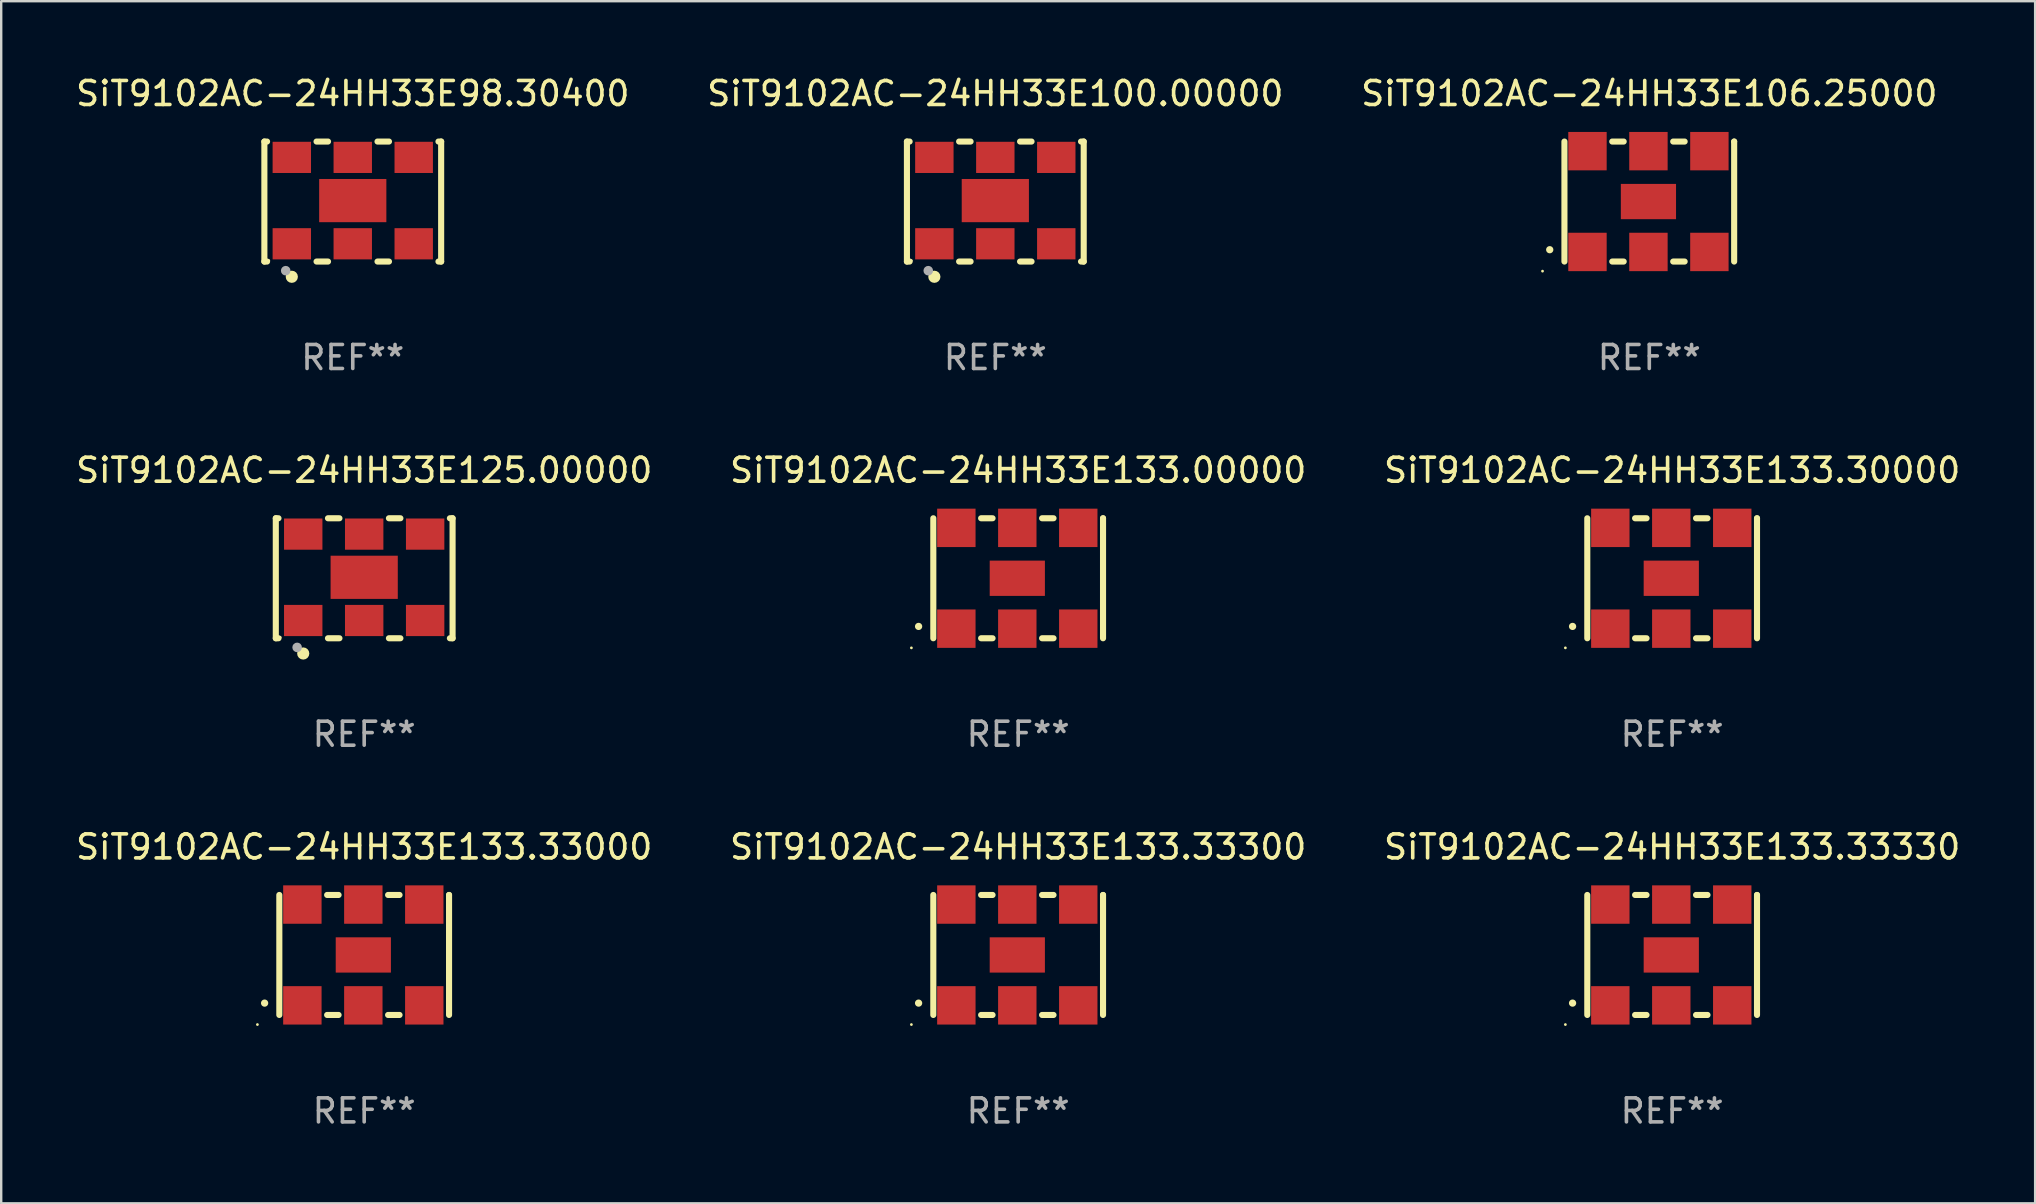
<source format=kicad_pcb>
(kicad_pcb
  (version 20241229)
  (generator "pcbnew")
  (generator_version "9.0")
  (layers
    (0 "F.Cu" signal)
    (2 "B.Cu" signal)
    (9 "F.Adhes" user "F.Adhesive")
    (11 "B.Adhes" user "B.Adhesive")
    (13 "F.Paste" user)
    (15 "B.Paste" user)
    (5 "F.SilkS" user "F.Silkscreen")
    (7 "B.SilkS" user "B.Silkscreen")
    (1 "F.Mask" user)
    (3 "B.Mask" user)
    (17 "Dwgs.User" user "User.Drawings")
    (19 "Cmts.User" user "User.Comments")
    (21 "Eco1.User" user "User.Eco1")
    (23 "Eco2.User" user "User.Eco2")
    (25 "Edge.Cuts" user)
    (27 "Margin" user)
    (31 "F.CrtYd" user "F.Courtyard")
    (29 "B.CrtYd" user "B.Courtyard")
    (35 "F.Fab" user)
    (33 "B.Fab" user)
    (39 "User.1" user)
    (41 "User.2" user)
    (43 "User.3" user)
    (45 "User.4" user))
  (footprint "SiT9102AC-24HH33E133.00000"
    (layer "F.Cu")
    (at 39.375 21.045)
    (property "Reference" "SiT9102AC-24HH33E133.00000" (at 0 -4.5 0) (layer "F.SilkS") (effects (font (size 1 1) (thickness 0.15))))
    (attr through_hole)
    (fp_line (start -3.536 -2.5) (end -3.536 2.5) (stroke (width 0.254) (type solid)) (layer "F.SilkS"))
    (fp_line (start -1.544 2.5) (end -1.067 2.5) (stroke (width 0.254) (type solid)) (layer "F.SilkS"))
    (fp_line (start -1.067 -2.5) (end -1.544 -2.5) (stroke (width 0.254) (type solid)) (layer "F.SilkS"))
    (fp_line (start 0.996 2.5) (end 1.473 2.5) (stroke (width 0.254) (type solid)) (layer "F.SilkS"))
    (fp_line (start 1.473 -2.5) (end 0.996 -2.5) (stroke (width 0.254) (type solid)) (layer "F.SilkS"))
    (fp_line (start 3.536 -2.5) (end 3.536 -2.5) (stroke (width 0.254) (type solid)) (layer "F.SilkS"))
    (fp_line (start 3.536 2.5) (end 3.536 -2.5) (stroke (width 0.254) (type solid)) (layer "F.SilkS"))
    (fp_arc (start -4.150432 2.006604) (mid -4.149162 2.006599) (end -4.147892 2.006604) (stroke (width 0.3) (type solid)) (layer "F.SilkS"))
    (fp_circle (center -4.449 2.9) (end -4.419 2.9) (stroke (width 0.06) (type solid)) (fill no) (layer "F.SilkS"))
    (fp_text user "REF**" (at 0 6.5 0) (layer "F.Fab") (effects (font (size 1 1) (thickness 0.15))))
    (pad "1" smd rect (at -2.576 2.1) (size 1.6 1.6) (layers "F.Cu" "F.Mask" "F.Paste"))
    (pad "2" smd rect (at -0.036 2.1) (size 1.6 1.6) (layers "F.Cu" "F.Mask" "F.Paste"))
    (pad "3" smd rect (at 2.504 2.1) (size 1.6 1.6) (layers "F.Cu" "F.Mask" "F.Paste"))
    (pad "4" smd rect (at 2.504 -2.1) (size 1.6 1.6) (layers "F.Cu" "F.Mask" "F.Paste"))
    (pad "5" smd rect (at -0.036 -2.1) (size 1.6 1.6) (layers "F.Cu" "F.Mask" "F.Paste"))
    (pad "6" smd rect (at -2.576 -2.1) (size 1.6 1.6) (layers "F.Cu" "F.Mask" "F.Paste"))
    (pad "7" smd rect (at -0.036 0) (size 2.3 1.47) (layers "F.Cu" "F.Mask" "F.Paste")))
  (footprint "SiT9102AC-24HH33E133.33300"
    (layer "F.Cu")
    (at 39.375 36.741)
    (property "Reference" "SiT9102AC-24HH33E133.33300" (at 0 -4.5 0) (layer "F.SilkS") (effects (font (size 1 1) (thickness 0.15))))
    (attr through_hole)
    (fp_line (start -3.536 -2.5) (end -3.536 2.5) (stroke (width 0.254) (type solid)) (layer "F.SilkS"))
    (fp_line (start -1.544 2.5) (end -1.067 2.5) (stroke (width 0.254) (type solid)) (layer "F.SilkS"))
    (fp_line (start -1.067 -2.5) (end -1.544 -2.5) (stroke (width 0.254) (type solid)) (layer "F.SilkS"))
    (fp_line (start 0.996 2.5) (end 1.473 2.5) (stroke (width 0.254) (type solid)) (layer "F.SilkS"))
    (fp_line (start 1.473 -2.5) (end 0.996 -2.5) (stroke (width 0.254) (type solid)) (layer "F.SilkS"))
    (fp_line (start 3.536 -2.5) (end 3.536 -2.5) (stroke (width 0.254) (type solid)) (layer "F.SilkS"))
    (fp_line (start 3.536 2.5) (end 3.536 -2.5) (stroke (width 0.254) (type solid)) (layer "F.SilkS"))
    (fp_arc (start -4.150432 2.006604) (mid -4.149162 2.006599) (end -4.147892 2.006604) (stroke (width 0.3) (type solid)) (layer "F.SilkS"))
    (fp_circle (center -4.449 2.9) (end -4.419 2.9) (stroke (width 0.06) (type solid)) (fill no) (layer "F.SilkS"))
    (fp_text user "REF**" (at 0 6.5 0) (layer "F.Fab") (effects (font (size 1 1) (thickness 0.15))))
    (pad "1" smd rect (at -2.576 2.1) (size 1.6 1.6) (layers "F.Cu" "F.Mask" "F.Paste"))
    (pad "2" smd rect (at -0.036 2.1) (size 1.6 1.6) (layers "F.Cu" "F.Mask" "F.Paste"))
    (pad "3" smd rect (at 2.504 2.1) (size 1.6 1.6) (layers "F.Cu" "F.Mask" "F.Paste"))
    (pad "4" smd rect (at 2.504 -2.1) (size 1.6 1.6) (layers "F.Cu" "F.Mask" "F.Paste"))
    (pad "5" smd rect (at -0.036 -2.1) (size 1.6 1.6) (layers "F.Cu" "F.Mask" "F.Paste"))
    (pad "6" smd rect (at -2.576 -2.1) (size 1.6 1.6) (layers "F.Cu" "F.Mask" "F.Paste"))
    (pad "7" smd rect (at -0.036 0) (size 2.3 1.47) (layers "F.Cu" "F.Mask" "F.Paste")))
  (footprint "SiT9102AC-24HH33E100.00000"
    (layer "F.Cu")
    (at 38.423 5.348)
    (property "Reference" "SiT9102AC-24HH33E100.00000" (at 0 -4.5 0) (layer "F.SilkS") (effects (font (size 1 1) (thickness 0.15))))
    (attr through_hole)
    (fp_line (start -3.683 -2.5) (end -3.571 -2.5) (stroke (width 0.254) (type solid)) (layer "F.SilkS"))
    (fp_line (start -3.683 2.5) (end -3.683 -2.5) (stroke (width 0.254) (type solid)) (layer "F.SilkS"))
    (fp_line (start -3.683 2.5) (end -3.571 2.5) (stroke (width 0.254) (type solid)) (layer "F.SilkS"))
    (fp_line (start -1.509 -2.5) (end -1.031 -2.5) (stroke (width 0.254) (type solid)) (layer "F.SilkS"))
    (fp_line (start -1.509 2.5) (end -1.031 2.5) (stroke (width 0.254) (type solid)) (layer "F.SilkS"))
    (fp_line (start 1.031 -2.5) (end 1.509 -2.5) (stroke (width 0.254) (type solid)) (layer "F.SilkS"))
    (fp_line (start 1.031 2.5) (end 1.509 2.5) (stroke (width 0.254) (type solid)) (layer "F.SilkS"))
    (fp_line (start 3.571 -2.5) (end 3.683 -2.5) (stroke (width 0.254) (type solid)) (layer "F.SilkS"))
    (fp_line (start 3.571 2.5) (end 3.683 2.5) (stroke (width 0.254) (type solid)) (layer "F.SilkS"))
    (fp_line (start 3.683 2.5) (end 3.683 -2.5) (stroke (width 0.254) (type solid)) (layer "F.SilkS"))
    (fp_circle (center -3.5 2.46) (end -3.47 2.46) (stroke (width 0.06) (type solid)) (fill no) (layer "F.SilkS"))
    (fp_circle (center -2.54 3.135) (end -2.413 3.135) (stroke (width 0.254) (type solid)) (fill no) (layer "F.SilkS"))
    (fp_circle (center -2.794 2.881) (end -2.694 2.881) (stroke (width 0.2) (type solid)) (fill no) (layer "F.Fab"))
    (fp_text user "REF**" (at 0 6.5 0) (layer "F.Fab") (effects (font (size 1 1) (thickness 0.15))))
    (pad "1" smd rect (at -2.54 1.76) (size 1.6 1.3) (layers "F.Cu" "F.Mask" "F.Paste"))
    (pad "2" smd rect (at 0 1.76) (size 1.6 1.3) (layers "F.Cu" "F.Mask" "F.Paste"))
    (pad "3" smd rect (at 2.54 1.76) (size 1.6 1.3) (layers "F.Cu" "F.Mask" "F.Paste"))
    (pad "4" smd rect (at 2.54 -1.84) (size 1.6 1.3) (layers "F.Cu" "F.Mask" "F.Paste"))
    (pad "5" smd rect (at 0 -1.84) (size 1.6 1.3) (layers "F.Cu" "F.Mask" "F.Paste"))
    (pad "6" smd rect (at -2.54 -1.84) (size 1.6 1.3) (layers "F.Cu" "F.Mask" "F.Paste"))
    (pad "7" smd rect (at 0 -0.04) (size 2.8 1.8) (layers "F.Cu" "F.Mask" "F.Paste")))
  (footprint "SiT9102AC-24HH33E98.30400"
    (layer "F.Cu")
    (at 11.649 5.348)
    (property "Reference" "SiT9102AC-24HH33E98.30400" (at 0 -4.5 0) (layer "F.SilkS") (effects (font (size 1 1) (thickness 0.15))))
    (attr through_hole)
    (fp_line (start -3.683 -2.5) (end -3.571 -2.5) (stroke (width 0.254) (type solid)) (layer "F.SilkS"))
    (fp_line (start -3.683 2.5) (end -3.683 -2.5) (stroke (width 0.254) (type solid)) (layer "F.SilkS"))
    (fp_line (start -3.683 2.5) (end -3.571 2.5) (stroke (width 0.254) (type solid)) (layer "F.SilkS"))
    (fp_line (start -1.509 -2.5) (end -1.031 -2.5) (stroke (width 0.254) (type solid)) (layer "F.SilkS"))
    (fp_line (start -1.509 2.5) (end -1.031 2.5) (stroke (width 0.254) (type solid)) (layer "F.SilkS"))
    (fp_line (start 1.031 -2.5) (end 1.509 -2.5) (stroke (width 0.254) (type solid)) (layer "F.SilkS"))
    (fp_line (start 1.031 2.5) (end 1.509 2.5) (stroke (width 0.254) (type solid)) (layer "F.SilkS"))
    (fp_line (start 3.571 -2.5) (end 3.683 -2.5) (stroke (width 0.254) (type solid)) (layer "F.SilkS"))
    (fp_line (start 3.571 2.5) (end 3.683 2.5) (stroke (width 0.254) (type solid)) (layer "F.SilkS"))
    (fp_line (start 3.683 2.5) (end 3.683 -2.5) (stroke (width 0.254) (type solid)) (layer "F.SilkS"))
    (fp_circle (center -3.5 2.46) (end -3.47 2.46) (stroke (width 0.06) (type solid)) (fill no) (layer "F.SilkS"))
    (fp_circle (center -2.54 3.135) (end -2.413 3.135) (stroke (width 0.254) (type solid)) (fill no) (layer "F.SilkS"))
    (fp_circle (center -2.794 2.881) (end -2.694 2.881) (stroke (width 0.2) (type solid)) (fill no) (layer "F.Fab"))
    (fp_text user "REF**" (at 0 6.5 0) (layer "F.Fab") (effects (font (size 1 1) (thickness 0.15))))
    (pad "1" smd rect (at -2.54 1.76) (size 1.6 1.3) (layers "F.Cu" "F.Mask" "F.Paste"))
    (pad "2" smd rect (at 0 1.76) (size 1.6 1.3) (layers "F.Cu" "F.Mask" "F.Paste"))
    (pad "3" smd rect (at 2.54 1.76) (size 1.6 1.3) (layers "F.Cu" "F.Mask" "F.Paste"))
    (pad "4" smd rect (at 2.54 -1.84) (size 1.6 1.3) (layers "F.Cu" "F.Mask" "F.Paste"))
    (pad "5" smd rect (at 0 -1.84) (size 1.6 1.3) (layers "F.Cu" "F.Mask" "F.Paste"))
    (pad "6" smd rect (at -2.54 -1.84) (size 1.6 1.3) (layers "F.Cu" "F.Mask" "F.Paste"))
    (pad "7" smd rect (at 0 -0.04) (size 2.8 1.8) (layers "F.Cu" "F.Mask" "F.Paste")))
  (footprint "SiT9102AC-24HH33E133.33330"
    (layer "F.Cu")
    (at 66.625 36.741)
    (property "Reference" "SiT9102AC-24HH33E133.33330" (at 0 -4.5 0) (layer "F.SilkS") (effects (font (size 1 1) (thickness 0.15))))
    (attr through_hole)
    (fp_line (start -3.536 -2.5) (end -3.536 2.5) (stroke (width 0.254) (type solid)) (layer "F.SilkS"))
    (fp_line (start -1.544 2.5) (end -1.067 2.5) (stroke (width 0.254) (type solid)) (layer "F.SilkS"))
    (fp_line (start -1.067 -2.5) (end -1.544 -2.5) (stroke (width 0.254) (type solid)) (layer "F.SilkS"))
    (fp_line (start 0.996 2.5) (end 1.473 2.5) (stroke (width 0.254) (type solid)) (layer "F.SilkS"))
    (fp_line (start 1.473 -2.5) (end 0.996 -2.5) (stroke (width 0.254) (type solid)) (layer "F.SilkS"))
    (fp_line (start 3.536 -2.5) (end 3.536 -2.5) (stroke (width 0.254) (type solid)) (layer "F.SilkS"))
    (fp_line (start 3.536 2.5) (end 3.536 -2.5) (stroke (width 0.254) (type solid)) (layer "F.SilkS"))
    (fp_arc (start -4.150432 2.006604) (mid -4.149162 2.006599) (end -4.147892 2.006604) (stroke (width 0.3) (type solid)) (layer "F.SilkS"))
    (fp_circle (center -4.449 2.9) (end -4.419 2.9) (stroke (width 0.06) (type solid)) (fill no) (layer "F.SilkS"))
    (fp_text user "REF**" (at 0 6.5 0) (layer "F.Fab") (effects (font (size 1 1) (thickness 0.15))))
    (pad "1" smd rect (at -2.576 2.1) (size 1.6 1.6) (layers "F.Cu" "F.Mask" "F.Paste"))
    (pad "2" smd rect (at -0.036 2.1) (size 1.6 1.6) (layers "F.Cu" "F.Mask" "F.Paste"))
    (pad "3" smd rect (at 2.504 2.1) (size 1.6 1.6) (layers "F.Cu" "F.Mask" "F.Paste"))
    (pad "4" smd rect (at 2.504 -2.1) (size 1.6 1.6) (layers "F.Cu" "F.Mask" "F.Paste"))
    (pad "5" smd rect (at -0.036 -2.1) (size 1.6 1.6) (layers "F.Cu" "F.Mask" "F.Paste"))
    (pad "6" smd rect (at -2.576 -2.1) (size 1.6 1.6) (layers "F.Cu" "F.Mask" "F.Paste"))
    (pad "7" smd rect (at -0.036 0) (size 2.3 1.47) (layers "F.Cu" "F.Mask" "F.Paste")))
  (footprint "SiT9102AC-24HH33E133.30000"
    (layer "F.Cu")
    (at 66.625 21.045)
    (property "Reference" "SiT9102AC-24HH33E133.30000" (at 0 -4.5 0) (layer "F.SilkS") (effects (font (size 1 1) (thickness 0.15))))
    (attr through_hole)
    (fp_line (start -3.536 -2.5) (end -3.536 2.5) (stroke (width 0.254) (type solid)) (layer "F.SilkS"))
    (fp_line (start -1.544 2.5) (end -1.067 2.5) (stroke (width 0.254) (type solid)) (layer "F.SilkS"))
    (fp_line (start -1.067 -2.5) (end -1.544 -2.5) (stroke (width 0.254) (type solid)) (layer "F.SilkS"))
    (fp_line (start 0.996 2.5) (end 1.473 2.5) (stroke (width 0.254) (type solid)) (layer "F.SilkS"))
    (fp_line (start 1.473 -2.5) (end 0.996 -2.5) (stroke (width 0.254) (type solid)) (layer "F.SilkS"))
    (fp_line (start 3.536 -2.5) (end 3.536 -2.5) (stroke (width 0.254) (type solid)) (layer "F.SilkS"))
    (fp_line (start 3.536 2.5) (end 3.536 -2.5) (stroke (width 0.254) (type solid)) (layer "F.SilkS"))
    (fp_arc (start -4.150432 2.006604) (mid -4.149162 2.006599) (end -4.147892 2.006604) (stroke (width 0.3) (type solid)) (layer "F.SilkS"))
    (fp_circle (center -4.449 2.9) (end -4.419 2.9) (stroke (width 0.06) (type solid)) (fill no) (layer "F.SilkS"))
    (fp_text user "REF**" (at 0 6.5 0) (layer "F.Fab") (effects (font (size 1 1) (thickness 0.15))))
    (pad "1" smd rect (at -2.576 2.1) (size 1.6 1.6) (layers "F.Cu" "F.Mask" "F.Paste"))
    (pad "2" smd rect (at -0.036 2.1) (size 1.6 1.6) (layers "F.Cu" "F.Mask" "F.Paste"))
    (pad "3" smd rect (at 2.504 2.1) (size 1.6 1.6) (layers "F.Cu" "F.Mask" "F.Paste"))
    (pad "4" smd rect (at 2.504 -2.1) (size 1.6 1.6) (layers "F.Cu" "F.Mask" "F.Paste"))
    (pad "5" smd rect (at -0.036 -2.1) (size 1.6 1.6) (layers "F.Cu" "F.Mask" "F.Paste"))
    (pad "6" smd rect (at -2.576 -2.1) (size 1.6 1.6) (layers "F.Cu" "F.Mask" "F.Paste"))
    (pad "7" smd rect (at -0.036 0) (size 2.3 1.47) (layers "F.Cu" "F.Mask" "F.Paste")))
  (footprint "SiT9102AC-24HH33E133.33000"
    (layer "F.Cu")
    (at 12.125 36.741)
    (property "Reference" "SiT9102AC-24HH33E133.33000" (at 0 -4.5 0) (layer "F.SilkS") (effects (font (size 1 1) (thickness 0.15))))
    (attr through_hole)
    (fp_line (start -3.536 -2.5) (end -3.536 2.5) (stroke (width 0.254) (type solid)) (layer "F.SilkS"))
    (fp_line (start -1.544 2.5) (end -1.067 2.5) (stroke (width 0.254) (type solid)) (layer "F.SilkS"))
    (fp_line (start -1.067 -2.5) (end -1.544 -2.5) (stroke (width 0.254) (type solid)) (layer "F.SilkS"))
    (fp_line (start 0.996 2.5) (end 1.473 2.5) (stroke (width 0.254) (type solid)) (layer "F.SilkS"))
    (fp_line (start 1.473 -2.5) (end 0.996 -2.5) (stroke (width 0.254) (type solid)) (layer "F.SilkS"))
    (fp_line (start 3.536 -2.5) (end 3.536 -2.5) (stroke (width 0.254) (type solid)) (layer "F.SilkS"))
    (fp_line (start 3.536 2.5) (end 3.536 -2.5) (stroke (width 0.254) (type solid)) (layer "F.SilkS"))
    (fp_arc (start -4.150432 2.006604) (mid -4.149162 2.006599) (end -4.147892 2.006604) (stroke (width 0.3) (type solid)) (layer "F.SilkS"))
    (fp_circle (center -4.449 2.9) (end -4.419 2.9) (stroke (width 0.06) (type solid)) (fill no) (layer "F.SilkS"))
    (fp_text user "REF**" (at 0 6.5 0) (layer "F.Fab") (effects (font (size 1 1) (thickness 0.15))))
    (pad "1" smd rect (at -2.576 2.1) (size 1.6 1.6) (layers "F.Cu" "F.Mask" "F.Paste"))
    (pad "2" smd rect (at -0.036 2.1) (size 1.6 1.6) (layers "F.Cu" "F.Mask" "F.Paste"))
    (pad "3" smd rect (at 2.504 2.1) (size 1.6 1.6) (layers "F.Cu" "F.Mask" "F.Paste"))
    (pad "4" smd rect (at 2.504 -2.1) (size 1.6 1.6) (layers "F.Cu" "F.Mask" "F.Paste"))
    (pad "5" smd rect (at -0.036 -2.1) (size 1.6 1.6) (layers "F.Cu" "F.Mask" "F.Paste"))
    (pad "6" smd rect (at -2.576 -2.1) (size 1.6 1.6) (layers "F.Cu" "F.Mask" "F.Paste"))
    (pad "7" smd rect (at -0.036 0) (size 2.3 1.47) (layers "F.Cu" "F.Mask" "F.Paste")))
  (footprint "SiT9102AC-24HH33E125.00000"
    (layer "F.Cu")
    (at 12.125 21.045)
    (property "Reference" "SiT9102AC-24HH33E125.00000" (at 0 -4.5 0) (layer "F.SilkS") (effects (font (size 1 1) (thickness 0.15))))
    (attr through_hole)
    (fp_line (start -3.683 -2.5) (end -3.571 -2.5) (stroke (width 0.254) (type solid)) (layer "F.SilkS"))
    (fp_line (start -3.683 2.5) (end -3.683 -2.5) (stroke (width 0.254) (type solid)) (layer "F.SilkS"))
    (fp_line (start -3.683 2.5) (end -3.571 2.5) (stroke (width 0.254) (type solid)) (layer "F.SilkS"))
    (fp_line (start -1.509 -2.5) (end -1.031 -2.5) (stroke (width 0.254) (type solid)) (layer "F.SilkS"))
    (fp_line (start -1.509 2.5) (end -1.031 2.5) (stroke (width 0.254) (type solid)) (layer "F.SilkS"))
    (fp_line (start 1.031 -2.5) (end 1.509 -2.5) (stroke (width 0.254) (type solid)) (layer "F.SilkS"))
    (fp_line (start 1.031 2.5) (end 1.509 2.5) (stroke (width 0.254) (type solid)) (layer "F.SilkS"))
    (fp_line (start 3.571 -2.5) (end 3.683 -2.5) (stroke (width 0.254) (type solid)) (layer "F.SilkS"))
    (fp_line (start 3.571 2.5) (end 3.683 2.5) (stroke (width 0.254) (type solid)) (layer "F.SilkS"))
    (fp_line (start 3.683 2.5) (end 3.683 -2.5) (stroke (width 0.254) (type solid)) (layer "F.SilkS"))
    (fp_circle (center -3.5 2.46) (end -3.47 2.46) (stroke (width 0.06) (type solid)) (fill no) (layer "F.SilkS"))
    (fp_circle (center -2.54 3.135) (end -2.413 3.135) (stroke (width 0.254) (type solid)) (fill no) (layer "F.SilkS"))
    (fp_circle (center -2.794 2.881) (end -2.694 2.881) (stroke (width 0.2) (type solid)) (fill no) (layer "F.Fab"))
    (fp_text user "REF**" (at 0 6.5 0) (layer "F.Fab") (effects (font (size 1 1) (thickness 0.15))))
    (pad "1" smd rect (at -2.54 1.76) (size 1.6 1.3) (layers "F.Cu" "F.Mask" "F.Paste"))
    (pad "2" smd rect (at 0 1.76) (size 1.6 1.3) (layers "F.Cu" "F.Mask" "F.Paste"))
    (pad "3" smd rect (at 2.54 1.76) (size 1.6 1.3) (layers "F.Cu" "F.Mask" "F.Paste"))
    (pad "4" smd rect (at 2.54 -1.84) (size 1.6 1.3) (layers "F.Cu" "F.Mask" "F.Paste"))
    (pad "5" smd rect (at 0 -1.84) (size 1.6 1.3) (layers "F.Cu" "F.Mask" "F.Paste"))
    (pad "6" smd rect (at -2.54 -1.84) (size 1.6 1.3) (layers "F.Cu" "F.Mask" "F.Paste"))
    (pad "7" smd rect (at 0 -0.04) (size 2.8 1.8) (layers "F.Cu" "F.Mask" "F.Paste")))
  (footprint "SiT9102AC-24HH33E106.25000"
    (layer "F.Cu")
    (at 65.673 5.348)
    (property "Reference" "SiT9102AC-24HH33E106.25000" (at 0 -4.5 0) (layer "F.SilkS") (effects (font (size 1 1) (thickness 0.15))))
    (attr through_hole)
    (fp_line (start -3.536 -2.5) (end -3.536 2.5) (stroke (width 0.254) (type solid)) (layer "F.SilkS"))
    (fp_line (start -1.544 2.5) (end -1.067 2.5) (stroke (width 0.254) (type solid)) (layer "F.SilkS"))
    (fp_line (start -1.067 -2.5) (end -1.544 -2.5) (stroke (width 0.254) (type solid)) (layer "F.SilkS"))
    (fp_line (start 0.996 2.5) (end 1.473 2.5) (stroke (width 0.254) (type solid)) (layer "F.SilkS"))
    (fp_line (start 1.473 -2.5) (end 0.996 -2.5) (stroke (width 0.254) (type solid)) (layer "F.SilkS"))
    (fp_line (start 3.536 -2.5) (end 3.536 -2.5) (stroke (width 0.254) (type solid)) (layer "F.SilkS"))
    (fp_line (start 3.536 2.5) (end 3.536 -2.5) (stroke (width 0.254) (type solid)) (layer "F.SilkS"))
    (fp_arc (start -4.150432 2.006604) (mid -4.149162 2.006599) (end -4.147892 2.006604) (stroke (width 0.3) (type solid)) (layer "F.SilkS"))
    (fp_circle (center -4.449 2.9) (end -4.419 2.9) (stroke (width 0.06) (type solid)) (fill no) (layer "F.SilkS"))
    (fp_text user "REF**" (at 0 6.5 0) (layer "F.Fab") (effects (font (size 1 1) (thickness 0.15))))
    (pad "1" smd rect (at -2.576 2.1) (size 1.6 1.6) (layers "F.Cu" "F.Mask" "F.Paste"))
    (pad "2" smd rect (at -0.036 2.1) (size 1.6 1.6) (layers "F.Cu" "F.Mask" "F.Paste"))
    (pad "3" smd rect (at 2.504 2.1) (size 1.6 1.6) (layers "F.Cu" "F.Mask" "F.Paste"))
    (pad "4" smd rect (at 2.504 -2.1) (size 1.6 1.6) (layers "F.Cu" "F.Mask" "F.Paste"))
    (pad "5" smd rect (at -0.036 -2.1) (size 1.6 1.6) (layers "F.Cu" "F.Mask" "F.Paste"))
    (pad "6" smd rect (at -2.576 -2.1) (size 1.6 1.6) (layers "F.Cu" "F.Mask" "F.Paste"))
    (pad "7" smd rect (at -0.036 0) (size 2.3 1.47) (layers "F.Cu" "F.Mask" "F.Paste")))
  (gr_rect
    (start -3 -3)
    (end 81.75 47.09)
    (stroke (width 0.1) (type default))
    (fill no)
    (layer "Edge.Cuts")))
</source>
